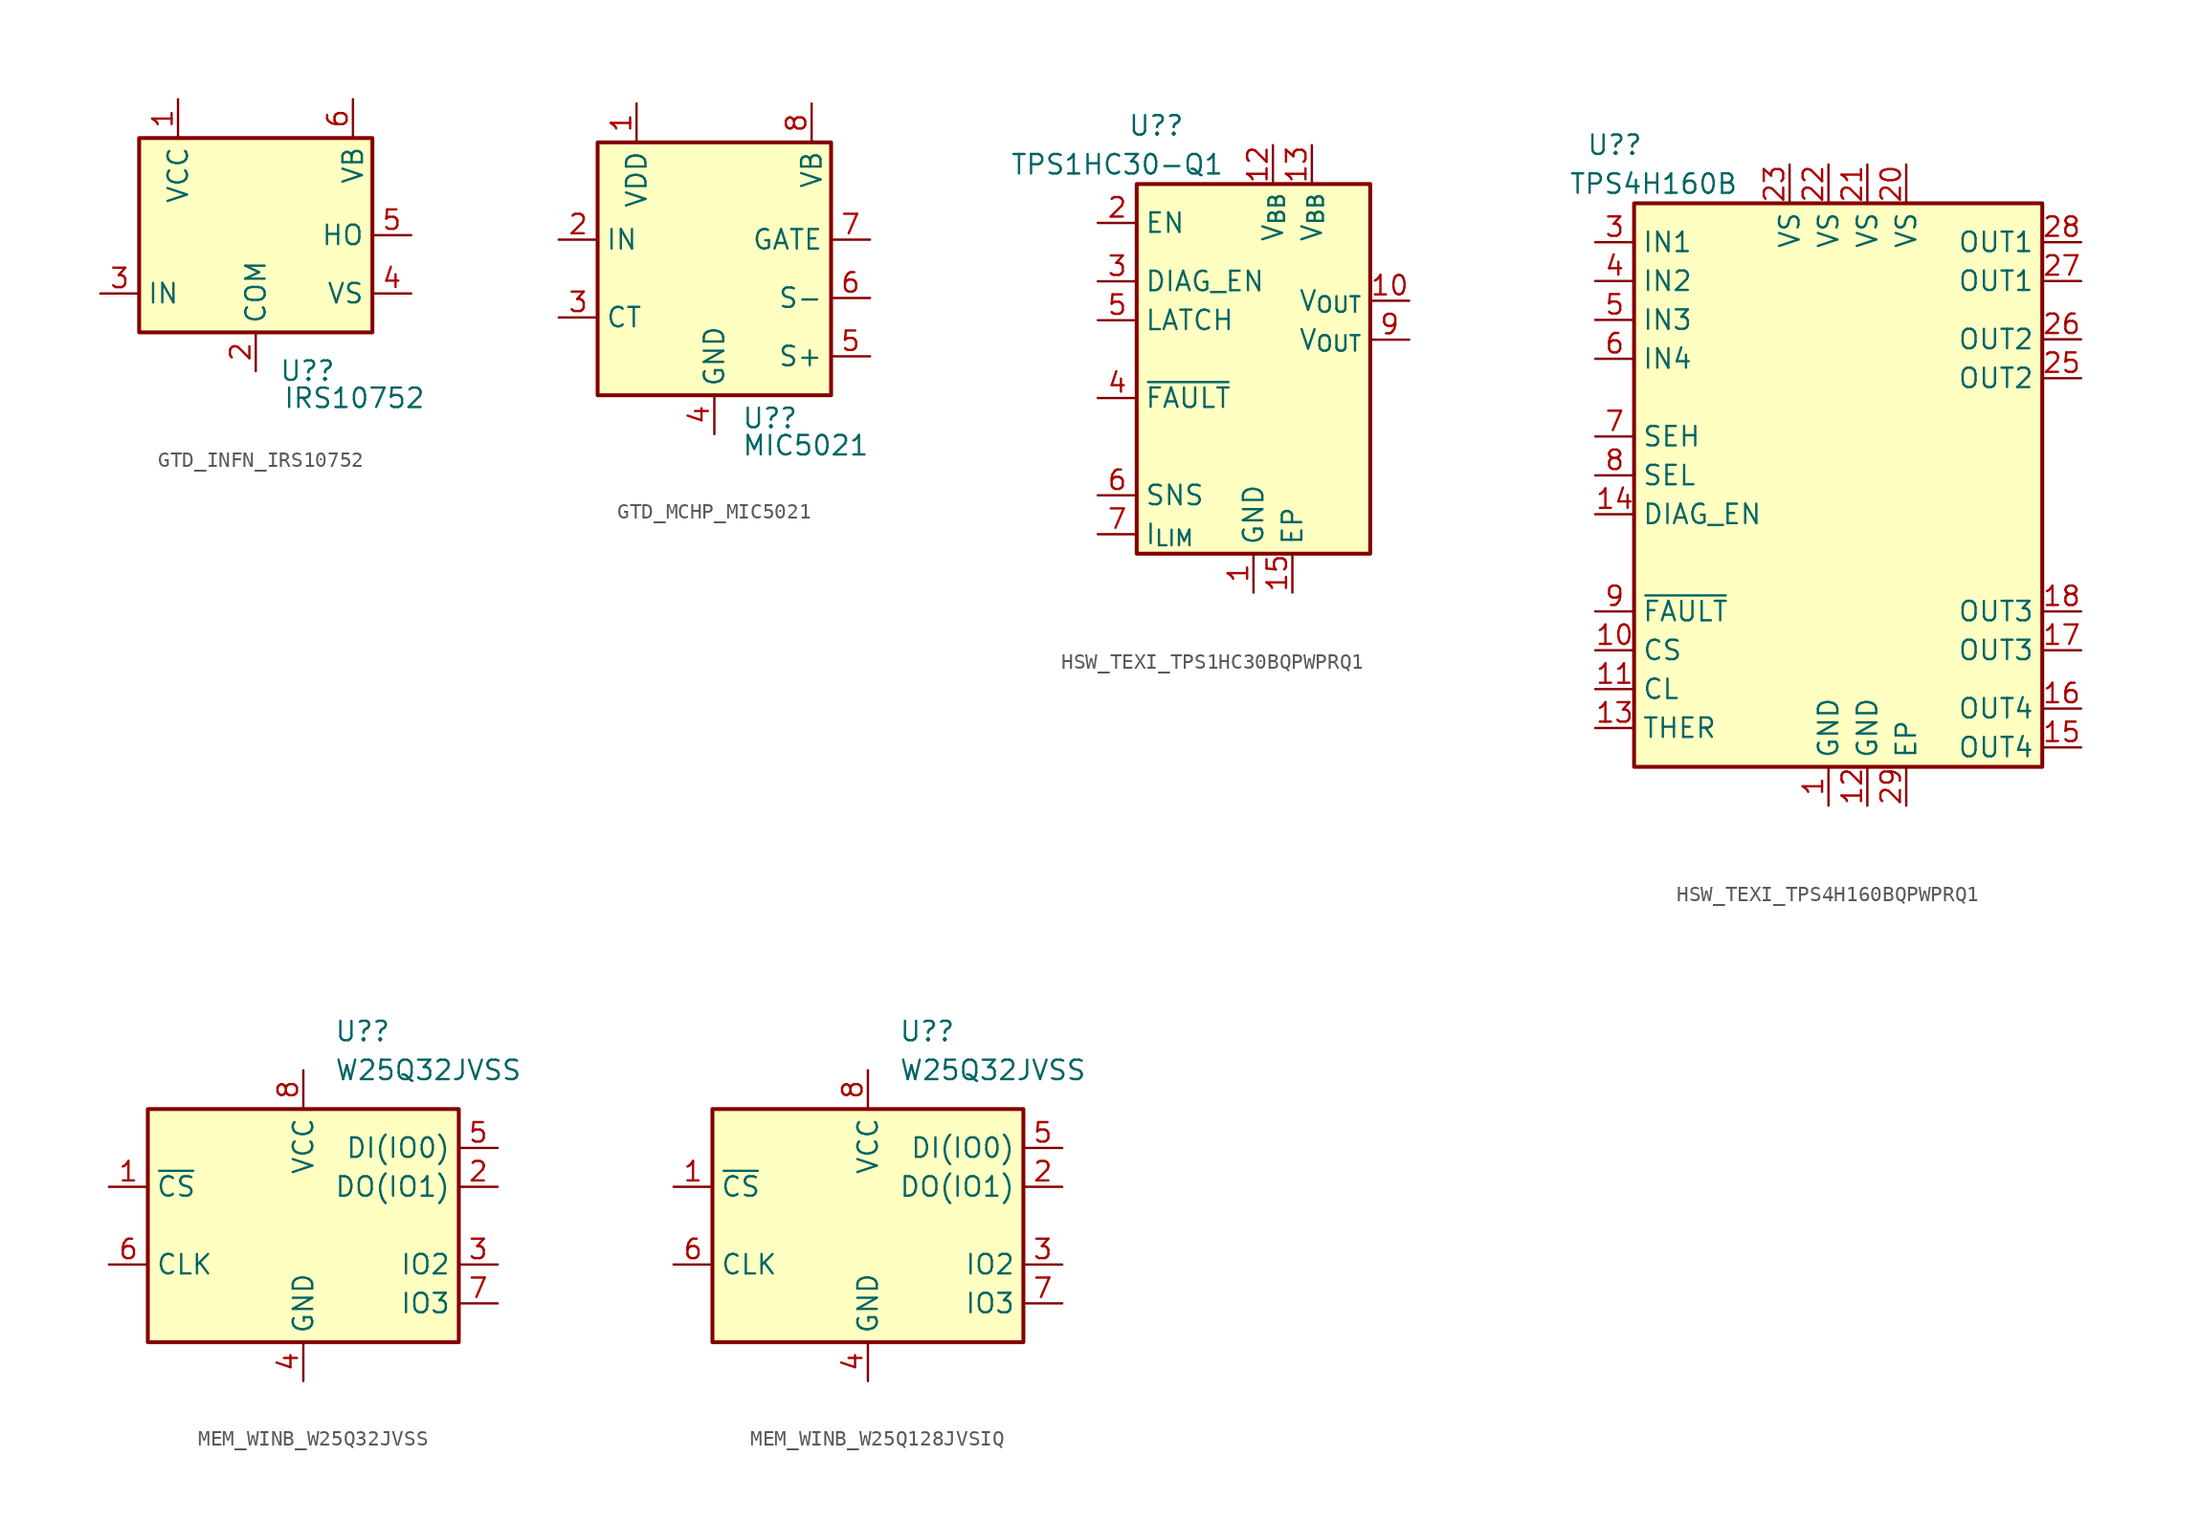
<source format=kicad_sym>
(kicad_symbol_lib
  (version 20231120)
  (generator "kicad_symbol_editor")
  (generator_version "8.0")
  (symbol "GTD_INFN_IRS10752"
    (property "Reference" "U?"
      (at 1.524 -8.128 0)
      (effects (font (size 1.27 1.27)) (justify left top)))
    (property "Value" "IRS10752"
      (at 1.778 -9.906 0)
      (effects (font (size 1.27 1.27)) (justify left top)))
    (symbol "GTD_INFN_IRS10752_1_1"
      (rectangle (start -7.62 6.35) (end 7.62 -6.35) (stroke (width 0.254) (type default)) (fill (type background)))
      (pin power_in line (at -5.08 8.89 270) (length 2.54) (name "VCC" (effects (font (size 1.27 1.27)))) (number "1" (effects (font (size 1.27 1.27)))))
      (pin power_in line (at 0 -8.89 90) (length 2.54) (name "COM" (effects (font (size 1.27 1.27)))) (number "2" (effects (font (size 1.27 1.27)))))
      (pin input line (at -10.16 -3.81 0) (length 2.54) (name "IN" (effects (font (size 1.27 1.27)))) (number "3" (effects (font (size 1.27 1.27)))))
      (pin output line (at 10.16 -3.81 180) (length 2.54) (name "VS" (effects (font (size 1.27 1.27)))) (number "4" (effects (font (size 1.27 1.27)))))
      (pin output line (at 10.16 0 180) (length 2.54) (name "HO" (effects (font (size 1.27 1.27)))) (number "5" (effects (font (size 1.27 1.27)))))
      (pin power_in line (at 6.35 8.89 270) (length 2.54) (name "VB" (effects (font (size 1.27 1.27)))) (number "6" (effects (font (size 1.27 1.27)))))))
  (symbol "GTD_MCHP_MIC5021"
    (property "Reference" "U?"
      (at 1.778 -8.382 0)
      (effects (font (size 1.27 1.27)) (justify left top)))
    (property "Value" "MIC5021"
      (at 1.778 -10.16 0)
      (effects (font (size 1.27 1.27)) (justify left top)))
    (symbol "GTD_MCHP_MIC5021_1_1"
      (rectangle (start -7.62 8.89) (end 7.62 -7.62) (stroke (width 0.254) (type default)) (fill (type background)))
      (pin power_in line (at -5.08 11.43 270) (length 2.54) (name "VDD" (effects (font (size 1.27 1.27)))) (number "1" (effects (font (size 1.27 1.27)))))
      (pin input line (at -10.16 2.54 0) (length 2.54) (name "IN" (effects (font (size 1.27 1.27)))) (number "2" (effects (font (size 1.27 1.27)))))
      (pin input line (at -10.16 -2.54 0) (length 2.54) (name "CT" (effects (font (size 1.27 1.27)))) (number "3" (effects (font (size 1.27 1.27)))))
      (pin power_in line (at 0 -10.16 90) (length 2.54) (name "GND" (effects (font (size 1.27 1.27)))) (number "4" (effects (font (size 1.27 1.27)))))
      (pin output line (at 10.16 -5.08 180) (length 2.54) (name "S+" (effects (font (size 1.27 1.27)))) (number "5" (effects (font (size 1.27 1.27)))))
      (pin output line (at 10.16 -1.27 180) (length 2.54) (name "S-" (effects (font (size 1.27 1.27)))) (number "6" (effects (font (size 1.27 1.27)))))
      (pin output line (at 10.16 2.54 180) (length 2.54) (name "GATE" (effects (font (size 1.27 1.27)))) (number "7" (effects (font (size 1.27 1.27)))))
      (pin power_in line (at 6.35 11.43 270) (length 2.54) (name "VB" (effects (font (size 1.27 1.27)))) (number "8" (effects (font (size 1.27 1.27)))))))
  (symbol "HSW_TEXI_TPS1HC30BQPWPRQ1"
    (property "Reference" "U?"
      (at -6.35 16.51 0)
      (effects (font (size 1.27 1.27))))
    (property "Value" "TPS1HC30-Q1"
      (at -8.89 13.97 0)
      (effects (font (size 1.27 1.27))))
    (symbol "HSW_TEXI_TPS1HC30BQPWPRQ1_0_1"
      (rectangle (start -7.62 12.7) (end 7.62 -11.43) (stroke (width 0.254) (type default)) (fill (type background))))
    (symbol "HSW_TEXI_TPS1HC30BQPWPRQ1_1_0"
      (pin power_out line (at 10.16 5.08 180) (length 2.54) (name "V_{OUT}" (effects (font (size 1.27 1.27)))) (number "10" (effects (font (size 1.27 1.27)))))
      (pin no_connect line (at 10.16 -5.08 180) (length 2.54) hide (name "NC" (effects (font (size 1.27 1.27)))) (number "11" (effects (font (size 1.27 1.27)))))
      (pin power_in line (at 1.27 15.24 270) (length 2.54) (name "V_{BB}" (effects (font (size 1.27 1.27)))) (number "12" (effects (font (size 1.27 1.27)))))
      (pin power_in line (at 3.81 15.24 270) (length 2.54) (name "V_{BB}" (effects (font (size 1.27 1.27)))) (number "13" (effects (font (size 1.27 1.27)))))
      (pin no_connect line (at 10.16 -2.54 180) (length 2.54) hide (name "NC" (effects (font (size 1.27 1.27)))) (number "14" (effects (font (size 1.27 1.27)))))
      (pin power_in line (at 2.54 -13.97 90) (length 2.54) (name "EP" (effects (font (size 1.27 1.27)))) (number "15" (effects (font (size 1.27 1.27)))))
      (pin input line (at -10.16 10.16 0) (length 2.54) (name "EN" (effects (font (size 1.27 1.27)))) (number "2" (effects (font (size 1.27 1.27)))))
      (pin input line (at -10.16 6.35 0) (length 2.54) (name "DIAG_EN" (effects (font (size 1.27 1.27)))) (number "3" (effects (font (size 1.27 1.27)))))
      (pin open_collector line (at -10.16 -1.27 0) (length 2.54) (name "~{FAULT}" (effects (font (size 1.27 1.27)))) (number "4" (effects (font (size 1.27 1.27)))))
      (pin input line (at -10.16 3.81 0) (length 2.54) (name "LATCH" (effects (font (size 1.27 1.27)))) (number "5" (effects (font (size 1.27 1.27)))))
      (pin output line (at -10.16 -7.62 0) (length 2.54) (name "SNS" (effects (font (size 1.27 1.27)))) (number "6" (effects (font (size 1.27 1.27)))))
      (pin input line (at -10.16 -10.16 0) (length 2.54) (name "I_{LIM}" (effects (font (size 1.27 1.27)))) (number "7" (effects (font (size 1.27 1.27)))))
      (pin no_connect line (at 10.16 -7.62 180) (length 2.54) hide (name "NC" (effects (font (size 1.27 1.27)))) (number "8" (effects (font (size 1.27 1.27)))))
      (pin power_out line (at 10.16 2.54 180) (length 2.54) (name "V_{OUT}" (effects (font (size 1.27 1.27)))) (number "9" (effects (font (size 1.27 1.27))))))
    (symbol "HSW_TEXI_TPS1HC30BQPWPRQ1_1_1"
      (pin power_in line (at 0 -13.97 90) (length 2.54) (name "GND" (effects (font (size 1.27 1.27)))) (number "1" (effects (font (size 1.27 1.27)))))))
  (symbol "HSW_TEXI_TPS4H160BQPWPRQ1"
    (property "Reference" "U?"
      (at -15.24 22.86 0)
      (effects (font (size 1.27 1.27))))
    (property "Value" "TPS4H160B"
      (at -12.7 20.32 0)
      (effects (font (size 1.27 1.27))))
    (symbol "HSW_TEXI_TPS4H160BQPWPRQ1_0_1"
      (rectangle (start -13.97 19.05) (end 12.7 -17.78) (stroke (width 0.254) (type default)) (fill (type background))))
    (symbol "HSW_TEXI_TPS4H160BQPWPRQ1_1_0"
      (pin power_in line (at 1.27 -20.32 90) (length 2.54) (name "GND" (effects (font (size 1.27 1.27)))) (number "12" (effects (font (size 1.27 1.27)))))
      (pin input line (at -16.51 -15.24 0) (length 2.54) (name "THER" (effects (font (size 1.27 1.27)))) (number "13" (effects (font (size 1.27 1.27)))))
      (pin input line (at -16.51 -1.27 0) (length 2.54) (name "DIAG_EN" (effects (font (size 1.27 1.27)))) (number "14" (effects (font (size 1.27 1.27)))))
      (pin power_in line (at 3.81 -20.32 90) (length 2.54) (name "EP" (effects (font (size 1.27 1.27)))) (number "29" (effects (font (size 1.27 1.27))))))
    (symbol "HSW_TEXI_TPS4H160BQPWPRQ1_1_1"
      (pin power_in line (at -1.27 -20.32 90) (length 2.54) (name "GND" (effects (font (size 1.27 1.27)))) (number "1" (effects (font (size 1.27 1.27)))))
      (pin output line (at -16.51 -10.16 0) (length 2.54) (name "CS" (effects (font (size 1.27 1.27)))) (number "10" (effects (font (size 1.27 1.27)))))
      (pin bidirectional line (at -16.51 -12.7 0) (length 2.54) (name "CL" (effects (font (size 1.27 1.27)))) (number "11" (effects (font (size 1.27 1.27)))))
      (pin power_out line (at 15.24 -16.51 180) (length 2.54) (name "OUT4" (effects (font (size 1.27 1.27)))) (number "15" (effects (font (size 1.27 1.27)))))
      (pin power_out line (at 15.24 -13.97 180) (length 2.54) (name "OUT4" (effects (font (size 1.27 1.27)))) (number "16" (effects (font (size 1.27 1.27)))))
      (pin power_out line (at 15.24 -10.16 180) (length 2.54) (name "OUT3" (effects (font (size 1.27 1.27)))) (number "17" (effects (font (size 1.27 1.27)))))
      (pin power_out line (at 15.24 -7.62 180) (length 2.54) (name "OUT3" (effects (font (size 1.27 1.27)))) (number "18" (effects (font (size 1.27 1.27)))))
      (pin no_connect line (at 15.24 -5.08 180) (length 2.54) hide (name "NC" (effects (font (size 1.27 1.27)))) (number "19" (effects (font (size 1.27 1.27)))))
      (pin no_connect line (at -16.51 6.35 0) (length 2.54) hide (name "NC" (effects (font (size 1.27 1.27)))) (number "2" (effects (font (size 1.27 1.27)))))
      (pin power_in line (at 3.81 21.59 270) (length 2.54) (name "VS" (effects (font (size 1.27 1.27)))) (number "20" (effects (font (size 1.27 1.27)))))
      (pin power_in line (at 1.27 21.59 270) (length 2.54) (name "VS" (effects (font (size 1.27 1.27)))) (number "21" (effects (font (size 1.27 1.27)))))
      (pin power_in line (at -1.27 21.59 270) (length 2.54) (name "VS" (effects (font (size 1.27 1.27)))) (number "22" (effects (font (size 1.27 1.27)))))
      (pin power_in line (at -3.81 21.59 270) (length 2.54) (name "VS" (effects (font (size 1.27 1.27)))) (number "23" (effects (font (size 1.27 1.27)))))
      (pin no_connect line (at 15.24 5.08 180) (length 2.54) hide (name "NC" (effects (font (size 1.27 1.27)))) (number "24" (effects (font (size 1.27 1.27)))))
      (pin power_out line (at 15.24 7.62 180) (length 2.54) (name "OUT2" (effects (font (size 1.27 1.27)))) (number "25" (effects (font (size 1.27 1.27)))))
      (pin power_out line (at 15.24 10.16 180) (length 2.54) (name "OUT2" (effects (font (size 1.27 1.27)))) (number "26" (effects (font (size 1.27 1.27)))))
      (pin power_out line (at 15.24 13.97 180) (length 2.54) (name "OUT1" (effects (font (size 1.27 1.27)))) (number "27" (effects (font (size 1.27 1.27)))))
      (pin power_out line (at 15.24 16.51 180) (length 2.54) (name "OUT1" (effects (font (size 1.27 1.27)))) (number "28" (effects (font (size 1.27 1.27)))))
      (pin input line (at -16.51 16.51 0) (length 2.54) (name "IN1" (effects (font (size 1.27 1.27)))) (number "3" (effects (font (size 1.27 1.27)))))
      (pin input line (at -16.51 13.97 0) (length 2.54) (name "IN2" (effects (font (size 1.27 1.27)))) (number "4" (effects (font (size 1.27 1.27)))))
      (pin input line (at -16.51 11.43 0) (length 2.54) (name "IN3" (effects (font (size 1.27 1.27)))) (number "5" (effects (font (size 1.27 1.27)))))
      (pin input line (at -16.51 8.89 0) (length 2.54) (name "IN4" (effects (font (size 1.27 1.27)))) (number "6" (effects (font (size 1.27 1.27)))))
      (pin input line (at -16.51 3.81 0) (length 2.54) (name "SEH" (effects (font (size 1.27 1.27)))) (number "7" (effects (font (size 1.27 1.27)))))
      (pin input line (at -16.51 1.27 0) (length 2.54) (name "SEL" (effects (font (size 1.27 1.27)))) (number "8" (effects (font (size 1.27 1.27)))))
      (pin output line (at -16.51 -7.62 0) (length 2.54) (name "~{FAULT}" (effects (font (size 1.27 1.27)))) (number "9" (effects (font (size 1.27 1.27)))))))
  (symbol "MEM_WINB_W25Q32JVSS"
    (property "Reference" "U?"
      (at 2.019 12.7 0)
      (effects (font (size 1.27 1.27)) (justify left)))
    (property "Value" "W25Q32JVSS"
      (at 2.019 10.16 0)
      (effects (font (size 1.27 1.27)) (justify left)))
    (symbol "MEM_WINB_W25Q32JVSS_0_1"
      (rectangle (start -10.16 7.62) (end 10.16 -7.62) (stroke (width 0.254) (type default)) (fill (type background))))
    (symbol "MEM_WINB_W25Q32JVSS_1_1"
      (pin input line (at -12.7 2.54 0) (length 2.54) (name "~{CS}" (effects (font (size 1.27 1.27)))) (number "1" (effects (font (size 1.27 1.27)))))
      (pin bidirectional line (at 12.7 2.54 180) (length 2.54) (name "DO(IO1)" (effects (font (size 1.27 1.27)))) (number "2" (effects (font (size 1.27 1.27)))))
      (pin bidirectional line (at 12.7 -2.54 180) (length 2.54) (name "IO2" (effects (font (size 1.27 1.27)))) (number "3" (effects (font (size 1.27 1.27)))))
      (pin power_in line (at 0 -10.16 90) (length 2.54) (name "GND" (effects (font (size 1.27 1.27)))) (number "4" (effects (font (size 1.27 1.27)))))
      (pin bidirectional line (at 12.7 5.08 180) (length 2.54) (name "DI(IO0)" (effects (font (size 1.27 1.27)))) (number "5" (effects (font (size 1.27 1.27)))))
      (pin input line (at -12.7 -2.54 0) (length 2.54) (name "CLK" (effects (font (size 1.27 1.27)))) (number "6" (effects (font (size 1.27 1.27)))))
      (pin bidirectional line (at 12.7 -5.08 180) (length 2.54) (name "IO3" (effects (font (size 1.27 1.27)))) (number "7" (effects (font (size 1.27 1.27)))))
      (pin power_in line (at 0 10.16 270) (length 2.54) (name "VCC" (effects (font (size 1.27 1.27)))) (number "8" (effects (font (size 1.27 1.27)))))))
  (symbol "MEM_WINB_W25Q128JVSIQ"
    (property "Reference" "U?"
      (at 2.019 12.7 0)
      (effects (font (size 1.27 1.27)) (justify left)))
    (property "Value" "W25Q32JVSS"
      (at 2.019 10.16 0)
      (effects (font (size 1.27 1.27)) (justify left)))
    (symbol "MEM_WINB_W25Q128JVSIQ_0_1"
      (rectangle (start -10.16 7.62) (end 10.16 -7.62) (stroke (width 0.254) (type default)) (fill (type background))))
    (symbol "MEM_WINB_W25Q128JVSIQ_1_1"
      (pin input line (at -12.7 2.54 0) (length 2.54) (name "~{CS}" (effects (font (size 1.27 1.27)))) (number "1" (effects (font (size 1.27 1.27)))))
      (pin bidirectional line (at 12.7 2.54 180) (length 2.54) (name "DO(IO1)" (effects (font (size 1.27 1.27)))) (number "2" (effects (font (size 1.27 1.27)))))
      (pin bidirectional line (at 12.7 -2.54 180) (length 2.54) (name "IO2" (effects (font (size 1.27 1.27)))) (number "3" (effects (font (size 1.27 1.27)))))
      (pin power_in line (at 0 -10.16 90) (length 2.54) (name "GND" (effects (font (size 1.27 1.27)))) (number "4" (effects (font (size 1.27 1.27)))))
      (pin bidirectional line (at 12.7 5.08 180) (length 2.54) (name "DI(IO0)" (effects (font (size 1.27 1.27)))) (number "5" (effects (font (size 1.27 1.27)))))
      (pin input line (at -12.7 -2.54 0) (length 2.54) (name "CLK" (effects (font (size 1.27 1.27)))) (number "6" (effects (font (size 1.27 1.27)))))
      (pin bidirectional line (at 12.7 -5.08 180) (length 2.54) (name "IO3" (effects (font (size 1.27 1.27)))) (number "7" (effects (font (size 1.27 1.27)))))
      (pin power_in line (at 0 10.16 270) (length 2.54) (name "VCC" (effects (font (size 1.27 1.27)))) (number "8" (effects (font (size 1.27 1.27))))))))
</source>
